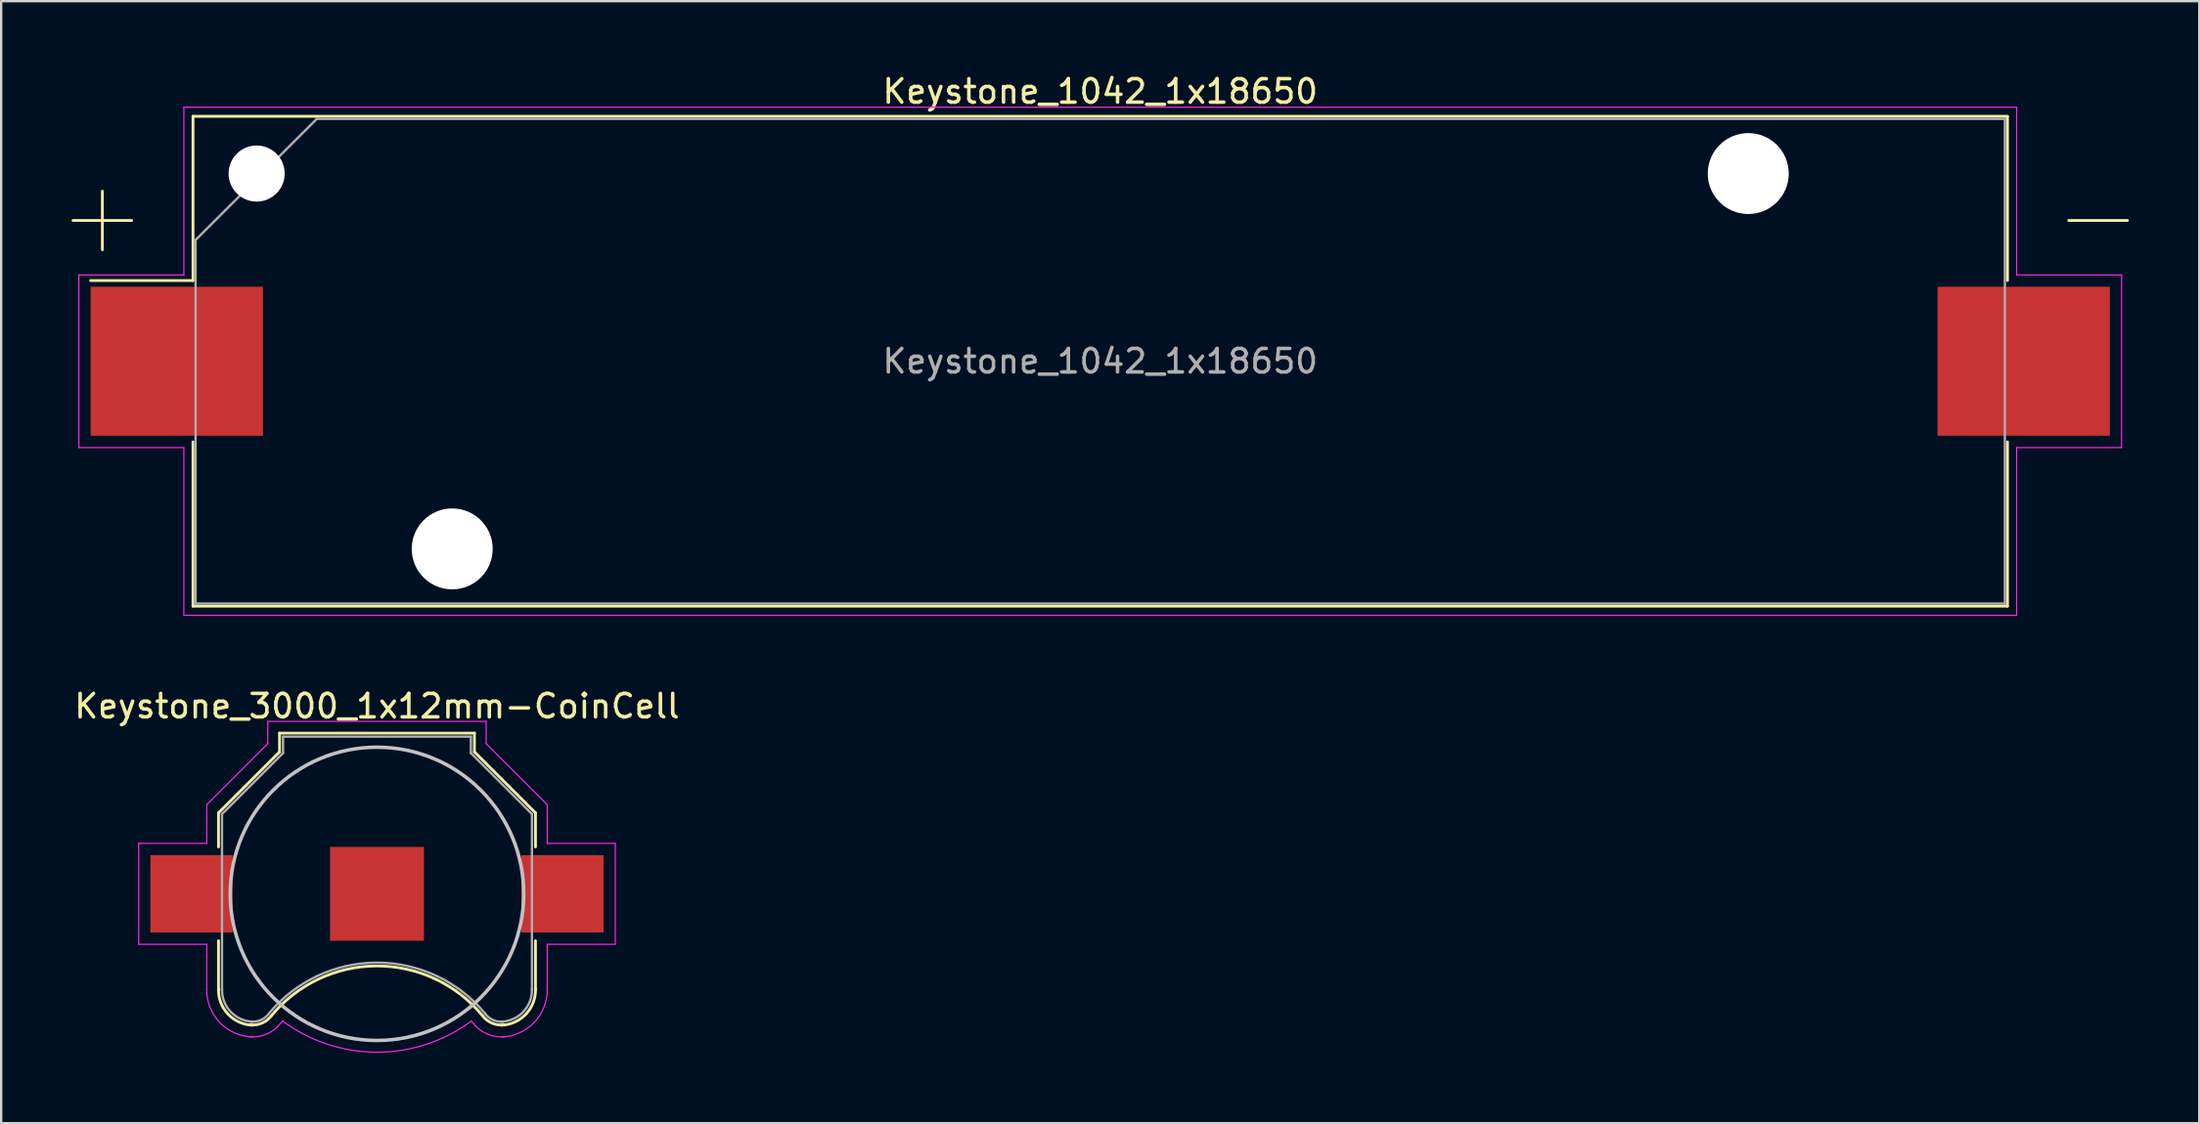
<source format=kicad_pcb>
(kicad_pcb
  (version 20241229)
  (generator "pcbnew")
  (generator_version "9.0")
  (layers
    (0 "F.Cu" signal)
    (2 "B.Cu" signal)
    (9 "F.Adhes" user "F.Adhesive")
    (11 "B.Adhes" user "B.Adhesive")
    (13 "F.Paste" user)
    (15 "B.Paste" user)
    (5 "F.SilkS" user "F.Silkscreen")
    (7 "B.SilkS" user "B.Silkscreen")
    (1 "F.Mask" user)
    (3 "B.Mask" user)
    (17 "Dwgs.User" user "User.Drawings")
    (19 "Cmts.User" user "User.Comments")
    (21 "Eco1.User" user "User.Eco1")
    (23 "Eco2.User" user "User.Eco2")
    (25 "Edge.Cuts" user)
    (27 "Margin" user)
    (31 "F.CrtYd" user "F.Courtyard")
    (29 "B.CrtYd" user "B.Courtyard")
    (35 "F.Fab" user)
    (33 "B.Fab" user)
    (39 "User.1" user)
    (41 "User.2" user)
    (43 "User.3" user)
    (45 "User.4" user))
  (footprint "Keystone_3000_1x12mm-CoinCell"
    (layer "F.Cu")
    (at 13.006 35.051)
    (property "Reference" "Keystone_3000_1x12mm-CoinCell" (at 0 -8 0) (layer "F.SilkS") (effects (font (size 1 1) (thickness 0.15))))
    (attr smd)
    (fp_line (start -6.75 -3.45) (end -4.15 -6.05) (stroke (width 0.12) (type solid)) (layer "F.SilkS"))
    (fp_line (start -6.75 -2) (end -6.75 -3.45) (stroke (width 0.12) (type solid)) (layer "F.SilkS"))
    (fp_line (start -6.75 2) (end -6.75 4.1) (stroke (width 0.12) (type solid)) (layer "F.SilkS"))
    (fp_line (start -4.15 -6.85) (end 4.15 -6.85) (stroke (width 0.12) (type solid)) (layer "F.SilkS"))
    (fp_line (start -4.15 -6.05) (end -4.15 -6.85) (stroke (width 0.12) (type solid)) (layer "F.SilkS"))
    (fp_line (start 4.15 -6.85) (end 4.15 -6.05) (stroke (width 0.12) (type solid)) (layer "F.SilkS"))
    (fp_line (start 4.15 -6.05) (end 6.75 -3.45) (stroke (width 0.12) (type solid)) (layer "F.SilkS"))
    (fp_line (start 6.75 -3.45) (end 6.75 -2) (stroke (width 0.12) (type solid)) (layer "F.SilkS"))
    (fp_line (start 6.75 2) (end 6.75 4.1) (stroke (width 0.12) (type solid)) (layer "F.SilkS"))
    (fp_arc (start -5.3 5.6) (mid -6.346016 5.125305) (end -6.75 4.05) (stroke (width 0.12) (type solid)) (layer "F.SilkS"))
    (fp_arc (start -4.5 5.2) (mid -4.90584 5.514615) (end -5.414615 5.58416) (stroke (width 0.12) (type solid)) (layer "F.SilkS"))
    (fp_arc (start -4.5 5.2) (mid -0.007341 3.0742) (end 4.490661 5.188671) (stroke (width 0.12) (type solid)) (layer "F.SilkS"))
    (fp_arc (start 5.414615 5.58416) (mid 4.90584 5.514615) (end 4.5 5.2) (stroke (width 0.12) (type solid)) (layer "F.SilkS"))
    (fp_arc (start 6.75 4.05) (mid 6.346016 5.125305) (end 5.3 5.6) (stroke (width 0.12) (type solid)) (layer "F.SilkS"))
    (fp_circle (center 0 0) (end 0 6.25) (stroke (width 0.15) (type solid)) (fill no) (layer "Dwgs.User"))
    (fp_line (start -10.15 -2.15) (end -10.15 2.15) (stroke (width 0.05) (type solid)) (layer "F.CrtYd"))
    (fp_line (start -10.15 2.15) (end -7.25 2.15) (stroke (width 0.05) (type solid)) (layer "F.CrtYd"))
    (fp_line (start -7.25 -3.8) (end -4.65 -6.4) (stroke (width 0.05) (type solid)) (layer "F.CrtYd"))
    (fp_line (start -7.25 -2.15) (end -10.15 -2.15) (stroke (width 0.05) (type solid)) (layer "F.CrtYd"))
    (fp_line (start -7.25 -2.15) (end -7.25 -3.8) (stroke (width 0.05) (type solid)) (layer "F.CrtYd"))
    (fp_line (start -7.25 2.15) (end -7.25 4.1) (stroke (width 0.05) (type solid)) (layer "F.CrtYd"))
    (fp_line (start -4.65 -7.35) (end 4.65 -7.35) (stroke (width 0.05) (type solid)) (layer "F.CrtYd"))
    (fp_line (start -4.65 -6.4) (end -4.65 -7.35) (stroke (width 0.05) (type solid)) (layer "F.CrtYd"))
    (fp_line (start 4.65 -6.4) (end 4.65 -7.35) (stroke (width 0.05) (type solid)) (layer "F.CrtYd"))
    (fp_line (start 7.25 -3.8) (end 4.65 -6.4) (stroke (width 0.05) (type solid)) (layer "F.CrtYd"))
    (fp_line (start 7.25 -2.15) (end 7.25 -3.8) (stroke (width 0.05) (type solid)) (layer "F.CrtYd"))
    (fp_line (start 7.25 -2.15) (end 10.15 -2.15) (stroke (width 0.05) (type solid)) (layer "F.CrtYd"))
    (fp_line (start 7.25 2.15) (end 7.25 4.1) (stroke (width 0.05) (type solid)) (layer "F.CrtYd"))
    (fp_line (start 10.15 -2.15) (end 10.15 2.15) (stroke (width 0.05) (type solid)) (layer "F.CrtYd"))
    (fp_line (start 10.15 2.15) (end 7.25 2.15) (stroke (width 0.05) (type solid)) (layer "F.CrtYd"))
    (fp_arc (start -5.3 6.1) (mid -6.699569 5.478858) (end -7.25 4.05) (stroke (width 0.05) (type solid)) (layer "F.CrtYd"))
    (fp_arc (start -4.22 5.65) (mid -4.814553 6.021742) (end -5.513125 6.082436) (stroke (width 0.05) (type solid)) (layer "F.CrtYd"))
    (fp_arc (start -4.22 5.65) (mid -4.123743 5.534157) (end -4.024388 5.42096) (stroke (width 0.05) (type solid)) (layer "F.CrtYd"))
    (fp_arc (start 0 6.75) (mid -2.119449 6.408622) (end -4.024518 5.419018) (stroke (width 0.05) (type solid)) (layer "F.CrtYd"))
    (fp_arc (start 4.024518 5.419018) (mid 2.119449 6.408622) (end 0 6.75) (stroke (width 0.05) (type solid)) (layer "F.CrtYd"))
    (fp_arc (start 4.02471 5.432858) (mid 4.123824 5.540108) (end 4.22 5.65) (stroke (width 0.05) (type solid)) (layer "F.CrtYd"))
    (fp_arc (start 5.513125 6.082436) (mid 4.814553 6.021742) (end 4.22 5.65) (stroke (width 0.05) (type solid)) (layer "F.CrtYd"))
    (fp_arc (start 7.25 4.05) (mid 6.699569 5.478858) (end 5.3 6.1) (stroke (width 0.05) (type solid)) (layer "F.CrtYd"))
    (fp_line (start -6.6 -3.4) (end -6.6 4.1) (stroke (width 0.1) (type solid)) (layer "F.Fab"))
    (fp_line (start -4 -6.7) (end -4 -6) (stroke (width 0.1) (type solid)) (layer "F.Fab"))
    (fp_line (start -4 -6.7) (end 4 -6.7) (stroke (width 0.1) (type solid)) (layer "F.Fab"))
    (fp_line (start -4 -6) (end -6.6 -3.4) (stroke (width 0.1) (type solid)) (layer "F.Fab"))
    (fp_line (start 4 -6.7) (end 4 -6) (stroke (width 0.1) (type solid)) (layer "F.Fab"))
    (fp_line (start 4 -6) (end 6.6 -3.4) (stroke (width 0.1) (type solid)) (layer "F.Fab"))
    (fp_line (start 6.6 -3.4) (end 6.6 4.1) (stroke (width 0.1) (type solid)) (layer "F.Fab"))
    (fp_arc (start -5.3 5.45) (mid -6.239949 5.019239) (end -6.6 4.05) (stroke (width 0.1) (type solid)) (layer "F.Fab"))
    (fp_arc (start -4.6 5.1) (mid -4.942443 5.378013) (end -5.378013 5.447558) (stroke (width 0.1) (type solid)) (layer "F.Fab"))
    (fp_arc (start -4.6 5.1) (mid 0.006214 2.93343) (end 4.607905 5.109589) (stroke (width 0.1) (type solid)) (layer "F.Fab"))
    (fp_arc (start 5.378013 5.447558) (mid 4.942442 5.378013) (end 4.6 5.1) (stroke (width 0.1) (type solid)) (layer "F.Fab"))
    (fp_arc (start 6.6 4.05) (mid 6.239949 5.019239) (end 5.3 5.45) (stroke (width 0.1) (type solid)) (layer "F.Fab"))
    (pad "1" smd rect (at -7.9 0) (size 3.5 3.3) (layers "F.Cu" "F.Mask" "F.Paste"))
    (pad "1" smd rect (at 7.9 0) (size 3.5 3.3) (layers "F.Cu" "F.Mask" "F.Paste"))
    (pad "2" smd rect (at 0 0) (size 4 4) (layers "F.Cu" "F.Mask")))
  (footprint "Keystone_1042_1x18650"
    (layer "F.Cu")
    (at 43.81 12.348)
    (property "Reference" "Keystone_1042_1x18650" (at 0 -11.5 0) (layer "F.SilkS") (effects (font (size 1 1) (thickness 0.15))))
    (attr smd)
    (fp_line (start -43.75 -6) (end -41.25 -6) (stroke (width 0.12) (type solid)) (layer "F.SilkS"))
    (fp_line (start -42.5 -4.75) (end -42.5 -7.25) (stroke (width 0.12) (type solid)) (layer "F.SilkS"))
    (fp_line (start -38.64 -10.44) (end -38.64 -3.44) (stroke (width 0.12) (type solid)) (layer "F.SilkS"))
    (fp_line (start -38.64 -3.44) (end -43 -3.44) (stroke (width 0.12) (type solid)) (layer "F.SilkS"))
    (fp_line (start -38.64 10.44) (end -38.64 3.44) (stroke (width 0.12) (type solid)) (layer "F.SilkS"))
    (fp_line (start 38.64 -10.44) (end -38.64 -10.44) (stroke (width 0.12) (type solid)) (layer "F.SilkS"))
    (fp_line (start 38.64 -3.44) (end 38.64 -10.42) (stroke (width 0.12) (type solid)) (layer "F.SilkS"))
    (fp_line (start 38.64 3.44) (end 38.64 10.44) (stroke (width 0.12) (type solid)) (layer "F.SilkS"))
    (fp_line (start 38.64 10.44) (end -38.64 10.44) (stroke (width 0.12) (type solid)) (layer "F.SilkS"))
    (fp_line (start 43.75 -6) (end 41.25 -6) (stroke (width 0.12) (type solid)) (layer "F.SilkS"))
    (fp_line (start -43.5 -3.68) (end -39.03 -3.68) (stroke (width 0.05) (type solid)) (layer "F.CrtYd"))
    (fp_line (start -43.5 3.68) (end -43.5 -3.68) (stroke (width 0.05) (type solid)) (layer "F.CrtYd"))
    (fp_line (start -39.03 -10.83) (end -39.03 -3.68) (stroke (width 0.05) (type solid)) (layer "F.CrtYd"))
    (fp_line (start -39.03 -10.83) (end 39.03 -10.83) (stroke (width 0.05) (type solid)) (layer "F.CrtYd"))
    (fp_line (start -39.03 3.68) (end -43.5 3.68) (stroke (width 0.05) (type solid)) (layer "F.CrtYd"))
    (fp_line (start -39.03 10.83) (end -39.03 3.68) (stroke (width 0.05) (type solid)) (layer "F.CrtYd"))
    (fp_line (start -39.03 10.83) (end 39.03 10.83) (stroke (width 0.05) (type solid)) (layer "F.CrtYd"))
    (fp_line (start 39.03 -10.83) (end 39.03 -3.68) (stroke (width 0.05) (type solid)) (layer "F.CrtYd"))
    (fp_line (start 39.03 3.68) (end 43.5 3.68) (stroke (width 0.05) (type solid)) (layer "F.CrtYd"))
    (fp_line (start 39.03 10.83) (end 39.03 3.68) (stroke (width 0.05) (type solid)) (layer "F.CrtYd"))
    (fp_line (start 43.5 -3.68) (end 39.03 -3.68) (stroke (width 0.05) (type solid)) (layer "F.CrtYd"))
    (fp_line (start 43.5 3.68) (end 43.5 -3.68) (stroke (width 0.05) (type solid)) (layer "F.CrtYd"))
    (fp_line (start -38.53 -5.168) (end -38.53 10.33) (stroke (width 0.1) (type solid)) (layer "F.Fab"))
    (fp_line (start -38.53 10.33) (end 38.53 10.33) (stroke (width 0.1) (type solid)) (layer "F.Fab"))
    (fp_line (start -33.367 -10.33) (end -38.53 -5.168) (stroke (width 0.1) (type solid)) (layer "F.Fab"))
    (fp_line (start -33.367 -10.33) (end 38.53 -10.33) (stroke (width 0.1) (type solid)) (layer "F.Fab"))
    (fp_line (start 38.53 -10.33) (end 38.53 10.33) (stroke (width 0.1) (type solid)) (layer "F.Fab"))
    (fp_text user "${REFERENCE}" (at 0 0 0) (layer "F.Fab") (effects (font (size 1 1) (thickness 0.15))))
    (pad "" np_thru_hole circle (at -35.93 -8) (size 2.39 2.39) (drill 2.39) (layers "*.Cu" "*.Mask"))
    (pad "" np_thru_hole circle (at -27.6 8) (size 3.45 3.45) (drill 3.45) (layers "*.Cu" "*.Mask"))
    (pad "" np_thru_hole circle (at 27.6 -8) (size 3.45 3.45) (drill 3.45) (layers "*.Cu" "*.Mask"))
    (pad "1" smd rect (at -39.33 0) (size 7.34 6.35) (layers "F.Cu" "F.Mask" "F.Paste"))
    (pad "2" smd rect (at 39.33 0) (size 7.34 6.35) (layers "F.Cu" "F.Mask" "F.Paste")))
  (gr_rect
    (start -3 -3)
    (end 90.62 44.827)
    (stroke (width 0.1) (type default))
    (fill no)
    (layer "Edge.Cuts")))
</source>
